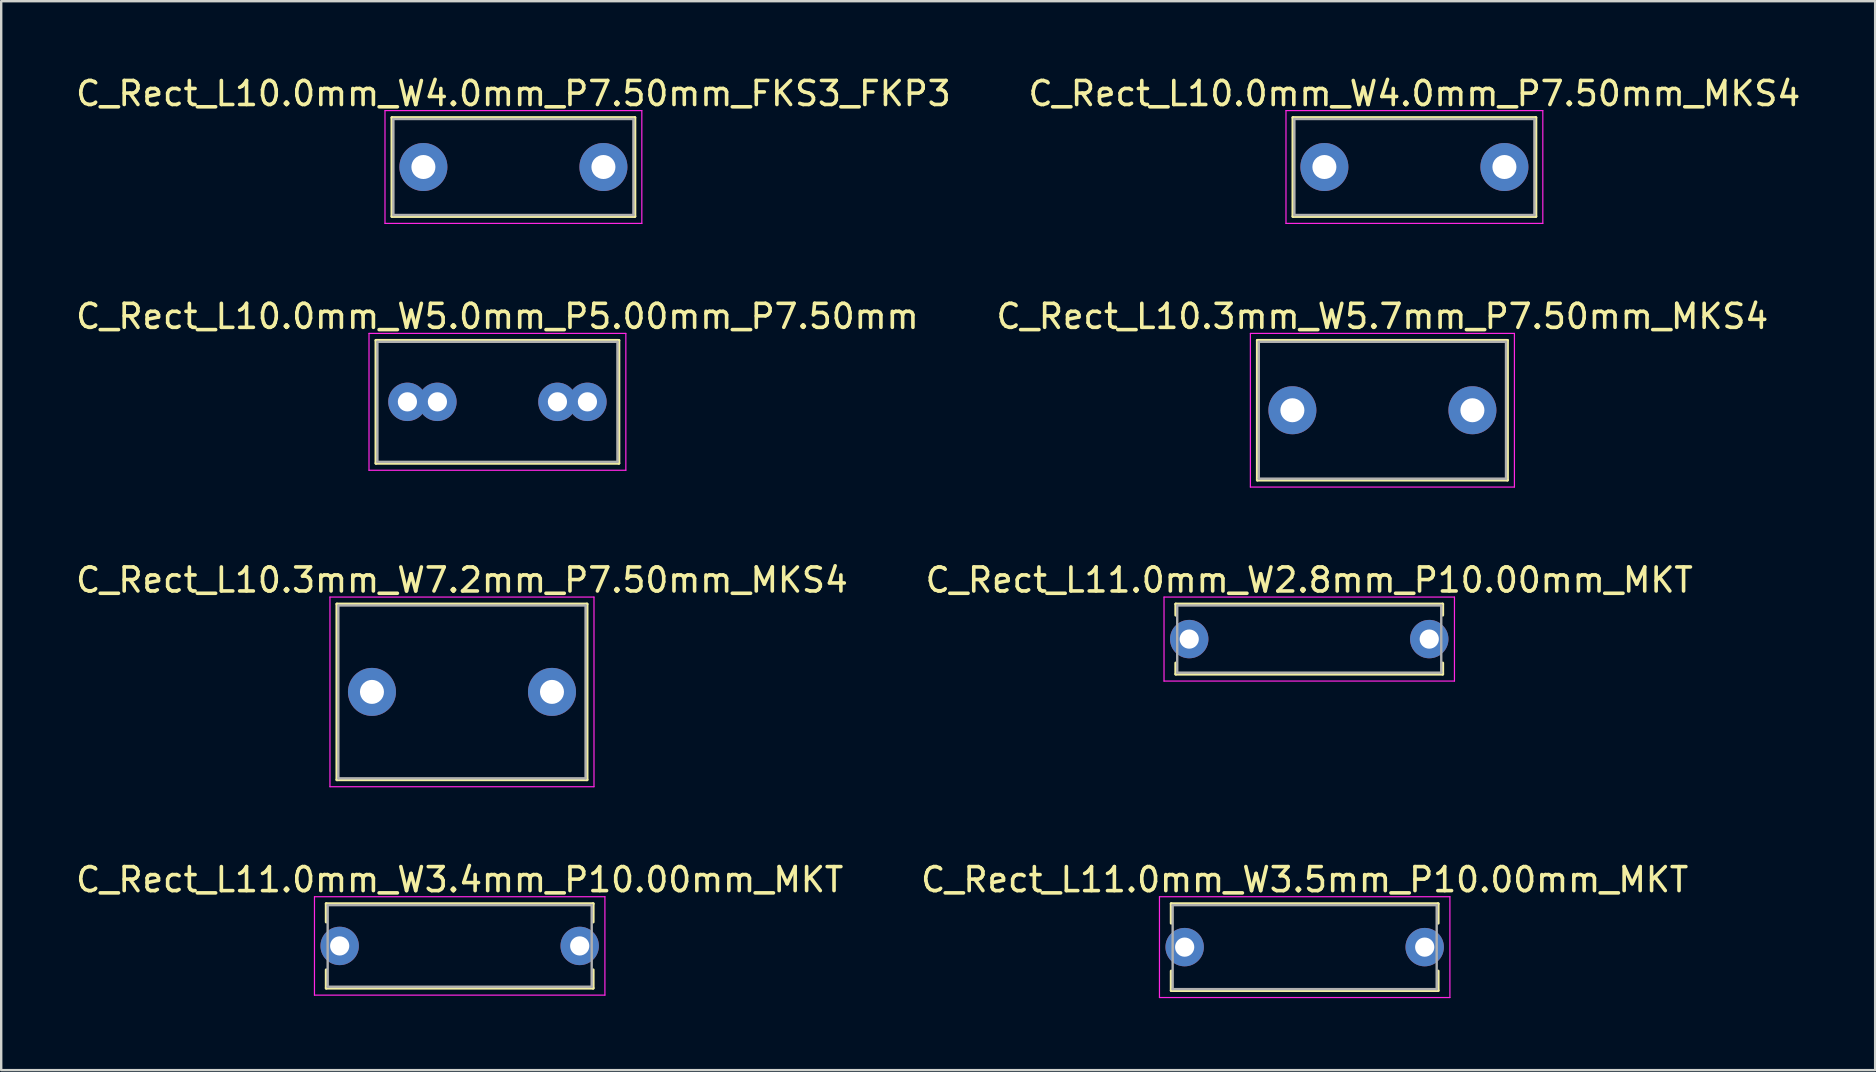
<source format=kicad_pcb>
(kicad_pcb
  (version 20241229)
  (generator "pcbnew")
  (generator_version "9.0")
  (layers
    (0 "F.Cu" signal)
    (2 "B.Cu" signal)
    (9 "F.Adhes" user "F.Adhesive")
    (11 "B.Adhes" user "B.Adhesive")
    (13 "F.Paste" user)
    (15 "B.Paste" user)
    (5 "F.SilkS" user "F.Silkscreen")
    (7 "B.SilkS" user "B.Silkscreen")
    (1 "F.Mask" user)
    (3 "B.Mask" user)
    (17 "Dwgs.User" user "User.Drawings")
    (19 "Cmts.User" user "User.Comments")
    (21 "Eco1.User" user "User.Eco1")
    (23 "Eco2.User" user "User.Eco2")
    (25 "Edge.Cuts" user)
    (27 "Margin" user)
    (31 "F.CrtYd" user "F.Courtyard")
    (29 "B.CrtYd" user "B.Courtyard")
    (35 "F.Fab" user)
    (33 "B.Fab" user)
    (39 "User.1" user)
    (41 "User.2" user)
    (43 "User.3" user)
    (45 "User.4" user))
  (footprint "C_Rect_L11.0mm_W2.8mm_P10.00mm_MKT"
    (layer "F.Cu")
    (at 46.494 23.575)
    (property "Reference" "C_Rect_L11.0mm_W2.8mm_P10.00mm_MKT" (at 5 -2.46 0) (layer "F.SilkS") (effects (font (size 1 1) (thickness 0.15))))
    (attr through_hole)
    (fp_line (start -0.56 -1.46) (end -0.56 -0.996) (stroke (width 0.12) (type solid)) (layer "F.SilkS"))
    (fp_line (start -0.56 -1.46) (end 10.56 -1.46) (stroke (width 0.12) (type solid)) (layer "F.SilkS"))
    (fp_line (start -0.56 0.996) (end -0.56 1.46) (stroke (width 0.12) (type solid)) (layer "F.SilkS"))
    (fp_line (start -0.56 1.46) (end 10.56 1.46) (stroke (width 0.12) (type solid)) (layer "F.SilkS"))
    (fp_line (start 10.56 -1.46) (end 10.56 -0.996) (stroke (width 0.12) (type solid)) (layer "F.SilkS"))
    (fp_line (start 10.56 0.996) (end 10.56 1.46) (stroke (width 0.12) (type solid)) (layer "F.SilkS"))
    (fp_line (start -1.05 -1.75) (end -1.05 1.75) (stroke (width 0.05) (type solid)) (layer "F.CrtYd"))
    (fp_line (start -1.05 1.75) (end 11.05 1.75) (stroke (width 0.05) (type solid)) (layer "F.CrtYd"))
    (fp_line (start 11.05 -1.75) (end -1.05 -1.75) (stroke (width 0.05) (type solid)) (layer "F.CrtYd"))
    (fp_line (start 11.05 1.75) (end 11.05 -1.75) (stroke (width 0.05) (type solid)) (layer "F.CrtYd"))
    (fp_line (start -0.5 -1.4) (end -0.5 1.4) (stroke (width 0.1) (type solid)) (layer "F.Fab"))
    (fp_line (start -0.5 1.4) (end 10.5 1.4) (stroke (width 0.1) (type solid)) (layer "F.Fab"))
    (fp_line (start 10.5 -1.4) (end -0.5 -1.4) (stroke (width 0.1) (type solid)) (layer "F.Fab"))
    (fp_line (start 10.5 1.4) (end 10.5 -1.4) (stroke (width 0.1) (type solid)) (layer "F.Fab"))
    (pad "1" thru_hole circle (at 0 0) (size 1.6 1.6) (drill 0.8) (layers "*.Cu" "*.Mask"))
    (pad "2" thru_hole circle (at 10 0) (size 1.6 1.6) (drill 0.8) (layers "*.Cu" "*.Mask")))
  (footprint "C_Rect_L10.0mm_W4.0mm_P7.50mm_MKS4"
    (layer "F.Cu")
    (at 52.125 3.908)
    (property "Reference" "C_Rect_L10.0mm_W4.0mm_P7.50mm_MKS4" (at 3.75 -3.06 0) (layer "F.SilkS") (effects (font (size 1 1) (thickness 0.15))))
    (attr through_hole)
    (fp_line (start -1.31 -2.06) (end -1.31 2.06) (stroke (width 0.12) (type solid)) (layer "F.SilkS"))
    (fp_line (start -1.31 -2.06) (end 8.81 -2.06) (stroke (width 0.12) (type solid)) (layer "F.SilkS"))
    (fp_line (start -1.31 2.06) (end 8.81 2.06) (stroke (width 0.12) (type solid)) (layer "F.SilkS"))
    (fp_line (start 8.81 -2.06) (end 8.81 2.06) (stroke (width 0.12) (type solid)) (layer "F.SilkS"))
    (fp_line (start -1.6 -2.35) (end -1.6 2.35) (stroke (width 0.05) (type solid)) (layer "F.CrtYd"))
    (fp_line (start -1.6 2.35) (end 9.1 2.35) (stroke (width 0.05) (type solid)) (layer "F.CrtYd"))
    (fp_line (start 9.1 -2.35) (end -1.6 -2.35) (stroke (width 0.05) (type solid)) (layer "F.CrtYd"))
    (fp_line (start 9.1 2.35) (end 9.1 -2.35) (stroke (width 0.05) (type solid)) (layer "F.CrtYd"))
    (fp_line (start -1.25 -2) (end -1.25 2) (stroke (width 0.1) (type solid)) (layer "F.Fab"))
    (fp_line (start -1.25 2) (end 8.75 2) (stroke (width 0.1) (type solid)) (layer "F.Fab"))
    (fp_line (start 8.75 -2) (end -1.25 -2) (stroke (width 0.1) (type solid)) (layer "F.Fab"))
    (fp_line (start 8.75 2) (end 8.75 -2) (stroke (width 0.1) (type solid)) (layer "F.Fab"))
    (pad "1" thru_hole circle (at 0 0) (size 2 2) (drill 1) (layers "*.Cu" "*.Mask"))
    (pad "2" thru_hole circle (at 7.5 0) (size 2 2) (drill 1) (layers "*.Cu" "*.Mask")))
  (footprint "C_Rect_L10.0mm_W5.0mm_P5.00mm_P7.50mm"
    (layer "F.Cu")
    (at 13.923 13.691)
    (property "Reference" "C_Rect_L10.0mm_W5.0mm_P5.00mm_P7.50mm" (at 3.75 -3.56 0) (layer "F.SilkS") (effects (font (size 1 1) (thickness 0.15))))
    (attr through_hole)
    (fp_line (start -1.31 -2.56) (end -1.31 2.56) (stroke (width 0.12) (type solid)) (layer "F.SilkS"))
    (fp_line (start -1.31 -2.56) (end 8.81 -2.56) (stroke (width 0.12) (type solid)) (layer "F.SilkS"))
    (fp_line (start -1.31 2.56) (end 8.81 2.56) (stroke (width 0.12) (type solid)) (layer "F.SilkS"))
    (fp_line (start 8.81 -2.56) (end 8.81 2.56) (stroke (width 0.12) (type solid)) (layer "F.SilkS"))
    (fp_line (start -1.6 -2.85) (end -1.6 2.85) (stroke (width 0.05) (type solid)) (layer "F.CrtYd"))
    (fp_line (start -1.6 2.85) (end 9.1 2.85) (stroke (width 0.05) (type solid)) (layer "F.CrtYd"))
    (fp_line (start 9.1 -2.85) (end -1.6 -2.85) (stroke (width 0.05) (type solid)) (layer "F.CrtYd"))
    (fp_line (start 9.1 2.85) (end 9.1 -2.85) (stroke (width 0.05) (type solid)) (layer "F.CrtYd"))
    (fp_line (start -1.25 -2.5) (end -1.25 2.5) (stroke (width 0.1) (type solid)) (layer "F.Fab"))
    (fp_line (start -1.25 2.5) (end 8.75 2.5) (stroke (width 0.1) (type solid)) (layer "F.Fab"))
    (fp_line (start 8.75 -2.5) (end -1.25 -2.5) (stroke (width 0.1) (type solid)) (layer "F.Fab"))
    (fp_line (start 8.75 2.5) (end 8.75 -2.5) (stroke (width 0.1) (type solid)) (layer "F.Fab"))
    (pad "1" thru_hole circle (at 0 0) (size 1.6 1.6) (drill 0.8) (layers "*.Cu" "*.Mask"))
    (pad "1" thru_hole circle (at 1.25 0) (size 1.6 1.6) (drill 0.8) (layers "*.Cu" "*.Mask"))
    (pad "2" thru_hole circle (at 6.25 0) (size 1.6 1.6) (drill 0.8) (layers "*.Cu" "*.Mask"))
    (pad "2" thru_hole circle (at 7.5 0) (size 1.6 1.6) (drill 0.8) (layers "*.Cu" "*.Mask")))
  (footprint "C_Rect_L10.3mm_W5.7mm_P7.50mm_MKS4"
    (layer "F.Cu")
    (at 50.792 14.041)
    (property "Reference" "C_Rect_L10.3mm_W5.7mm_P7.50mm_MKS4" (at 3.75 -3.91 0) (layer "F.SilkS") (effects (font (size 1 1) (thickness 0.15))))
    (attr through_hole)
    (fp_line (start -1.46 -2.91) (end -1.46 2.91) (stroke (width 0.12) (type solid)) (layer "F.SilkS"))
    (fp_line (start -1.46 -2.91) (end 8.96 -2.91) (stroke (width 0.12) (type solid)) (layer "F.SilkS"))
    (fp_line (start -1.46 2.91) (end 8.96 2.91) (stroke (width 0.12) (type solid)) (layer "F.SilkS"))
    (fp_line (start 8.96 -2.91) (end 8.96 2.91) (stroke (width 0.12) (type solid)) (layer "F.SilkS"))
    (fp_line (start -1.75 -3.2) (end -1.75 3.2) (stroke (width 0.05) (type solid)) (layer "F.CrtYd"))
    (fp_line (start -1.75 3.2) (end 9.25 3.2) (stroke (width 0.05) (type solid)) (layer "F.CrtYd"))
    (fp_line (start 9.25 -3.2) (end -1.75 -3.2) (stroke (width 0.05) (type solid)) (layer "F.CrtYd"))
    (fp_line (start 9.25 3.2) (end 9.25 -3.2) (stroke (width 0.05) (type solid)) (layer "F.CrtYd"))
    (fp_line (start -1.4 -2.85) (end -1.4 2.85) (stroke (width 0.1) (type solid)) (layer "F.Fab"))
    (fp_line (start -1.4 2.85) (end 8.9 2.85) (stroke (width 0.1) (type solid)) (layer "F.Fab"))
    (fp_line (start 8.9 -2.85) (end -1.4 -2.85) (stroke (width 0.1) (type solid)) (layer "F.Fab"))
    (fp_line (start 8.9 2.85) (end 8.9 -2.85) (stroke (width 0.1) (type solid)) (layer "F.Fab"))
    (pad "1" thru_hole circle (at 0 0) (size 2 2) (drill 1) (layers "*.Cu" "*.Mask"))
    (pad "2" thru_hole circle (at 7.5 0) (size 2 2) (drill 1) (layers "*.Cu" "*.Mask")))
  (footprint "C_Rect_L11.0mm_W3.4mm_P10.00mm_MKT"
    (layer "F.Cu")
    (at 11.101 36.358)
    (property "Reference" "C_Rect_L11.0mm_W3.4mm_P10.00mm_MKT" (at 5 -2.76 0) (layer "F.SilkS") (effects (font (size 1 1) (thickness 0.15))))
    (attr through_hole)
    (fp_line (start -0.56 -1.76) (end -0.56 -0.996) (stroke (width 0.12) (type solid)) (layer "F.SilkS"))
    (fp_line (start -0.56 -1.76) (end 10.56 -1.76) (stroke (width 0.12) (type solid)) (layer "F.SilkS"))
    (fp_line (start -0.56 0.996) (end -0.56 1.76) (stroke (width 0.12) (type solid)) (layer "F.SilkS"))
    (fp_line (start -0.56 1.76) (end 10.56 1.76) (stroke (width 0.12) (type solid)) (layer "F.SilkS"))
    (fp_line (start 10.56 -1.76) (end 10.56 -0.996) (stroke (width 0.12) (type solid)) (layer "F.SilkS"))
    (fp_line (start 10.56 0.996) (end 10.56 1.76) (stroke (width 0.12) (type solid)) (layer "F.SilkS"))
    (fp_line (start -1.05 -2.05) (end -1.05 2.05) (stroke (width 0.05) (type solid)) (layer "F.CrtYd"))
    (fp_line (start -1.05 2.05) (end 11.05 2.05) (stroke (width 0.05) (type solid)) (layer "F.CrtYd"))
    (fp_line (start 11.05 -2.05) (end -1.05 -2.05) (stroke (width 0.05) (type solid)) (layer "F.CrtYd"))
    (fp_line (start 11.05 2.05) (end 11.05 -2.05) (stroke (width 0.05) (type solid)) (layer "F.CrtYd"))
    (fp_line (start -0.5 -1.7) (end -0.5 1.7) (stroke (width 0.1) (type solid)) (layer "F.Fab"))
    (fp_line (start -0.5 1.7) (end 10.5 1.7) (stroke (width 0.1) (type solid)) (layer "F.Fab"))
    (fp_line (start 10.5 -1.7) (end -0.5 -1.7) (stroke (width 0.1) (type solid)) (layer "F.Fab"))
    (fp_line (start 10.5 1.7) (end 10.5 -1.7) (stroke (width 0.1) (type solid)) (layer "F.Fab"))
    (pad "1" thru_hole circle (at 0 0) (size 1.6 1.6) (drill 0.8) (layers "*.Cu" "*.Mask"))
    (pad "2" thru_hole circle (at 10 0) (size 1.6 1.6) (drill 0.8) (layers "*.Cu" "*.Mask")))
  (footprint "C_Rect_L11.0mm_W3.5mm_P10.00mm_MKT"
    (layer "F.Cu")
    (at 46.304 36.408)
    (property "Reference" "C_Rect_L11.0mm_W3.5mm_P10.00mm_MKT" (at 5 -2.81 0) (layer "F.SilkS") (effects (font (size 1 1) (thickness 0.15))))
    (attr through_hole)
    (fp_line (start -0.56 -1.81) (end -0.56 -0.996) (stroke (width 0.12) (type solid)) (layer "F.SilkS"))
    (fp_line (start -0.56 -1.81) (end 10.56 -1.81) (stroke (width 0.12) (type solid)) (layer "F.SilkS"))
    (fp_line (start -0.56 0.996) (end -0.56 1.81) (stroke (width 0.12) (type solid)) (layer "F.SilkS"))
    (fp_line (start -0.56 1.81) (end 10.56 1.81) (stroke (width 0.12) (type solid)) (layer "F.SilkS"))
    (fp_line (start 10.56 -1.81) (end 10.56 -0.996) (stroke (width 0.12) (type solid)) (layer "F.SilkS"))
    (fp_line (start 10.56 0.996) (end 10.56 1.81) (stroke (width 0.12) (type solid)) (layer "F.SilkS"))
    (fp_line (start -1.05 -2.1) (end -1.05 2.1) (stroke (width 0.05) (type solid)) (layer "F.CrtYd"))
    (fp_line (start -1.05 2.1) (end 11.05 2.1) (stroke (width 0.05) (type solid)) (layer "F.CrtYd"))
    (fp_line (start 11.05 -2.1) (end -1.05 -2.1) (stroke (width 0.05) (type solid)) (layer "F.CrtYd"))
    (fp_line (start 11.05 2.1) (end 11.05 -2.1) (stroke (width 0.05) (type solid)) (layer "F.CrtYd"))
    (fp_line (start -0.5 -1.75) (end -0.5 1.75) (stroke (width 0.1) (type solid)) (layer "F.Fab"))
    (fp_line (start -0.5 1.75) (end 10.5 1.75) (stroke (width 0.1) (type solid)) (layer "F.Fab"))
    (fp_line (start 10.5 -1.75) (end -0.5 -1.75) (stroke (width 0.1) (type solid)) (layer "F.Fab"))
    (fp_line (start 10.5 1.75) (end 10.5 -1.75) (stroke (width 0.1) (type solid)) (layer "F.Fab"))
    (pad "1" thru_hole circle (at 0 0) (size 1.6 1.6) (drill 0.8) (layers "*.Cu" "*.Mask"))
    (pad "2" thru_hole circle (at 10 0) (size 1.6 1.6) (drill 0.8) (layers "*.Cu" "*.Mask")))
  (footprint "C_Rect_L10.0mm_W4.0mm_P7.50mm_FKS3_FKP3"
    (layer "F.Cu")
    (at 14.589 3.908)
    (property "Reference" "C_Rect_L10.0mm_W4.0mm_P7.50mm_FKS3_FKP3" (at 3.75 -3.06 0) (layer "F.SilkS") (effects (font (size 1 1) (thickness 0.15))))
    (attr through_hole)
    (fp_line (start -1.31 -2.06) (end -1.31 2.06) (stroke (width 0.12) (type solid)) (layer "F.SilkS"))
    (fp_line (start -1.31 -2.06) (end 8.81 -2.06) (stroke (width 0.12) (type solid)) (layer "F.SilkS"))
    (fp_line (start -1.31 2.06) (end 8.81 2.06) (stroke (width 0.12) (type solid)) (layer "F.SilkS"))
    (fp_line (start 8.81 -2.06) (end 8.81 2.06) (stroke (width 0.12) (type solid)) (layer "F.SilkS"))
    (fp_line (start -1.6 -2.35) (end -1.6 2.35) (stroke (width 0.05) (type solid)) (layer "F.CrtYd"))
    (fp_line (start -1.6 2.35) (end 9.1 2.35) (stroke (width 0.05) (type solid)) (layer "F.CrtYd"))
    (fp_line (start 9.1 -2.35) (end -1.6 -2.35) (stroke (width 0.05) (type solid)) (layer "F.CrtYd"))
    (fp_line (start 9.1 2.35) (end 9.1 -2.35) (stroke (width 0.05) (type solid)) (layer "F.CrtYd"))
    (fp_line (start -1.25 -2) (end -1.25 2) (stroke (width 0.1) (type solid)) (layer "F.Fab"))
    (fp_line (start -1.25 2) (end 8.75 2) (stroke (width 0.1) (type solid)) (layer "F.Fab"))
    (fp_line (start 8.75 -2) (end -1.25 -2) (stroke (width 0.1) (type solid)) (layer "F.Fab"))
    (fp_line (start 8.75 2) (end 8.75 -2) (stroke (width 0.1) (type solid)) (layer "F.Fab"))
    (pad "1" thru_hole circle (at 0 0) (size 2 2) (drill 1) (layers "*.Cu" "*.Mask"))
    (pad "2" thru_hole circle (at 7.5 0) (size 2 2) (drill 1) (layers "*.Cu" "*.Mask")))
  (footprint "C_Rect_L10.3mm_W7.2mm_P7.50mm_MKS4"
    (layer "F.Cu")
    (at 12.446 25.775)
    (property "Reference" "C_Rect_L10.3mm_W7.2mm_P7.50mm_MKS4" (at 3.75 -4.66 0) (layer "F.SilkS") (effects (font (size 1 1) (thickness 0.15))))
    (attr through_hole)
    (fp_line (start -1.46 -3.66) (end -1.46 3.66) (stroke (width 0.12) (type solid)) (layer "F.SilkS"))
    (fp_line (start -1.46 -3.66) (end 8.96 -3.66) (stroke (width 0.12) (type solid)) (layer "F.SilkS"))
    (fp_line (start -1.46 3.66) (end 8.96 3.66) (stroke (width 0.12) (type solid)) (layer "F.SilkS"))
    (fp_line (start 8.96 -3.66) (end 8.96 3.66) (stroke (width 0.12) (type solid)) (layer "F.SilkS"))
    (fp_line (start -1.75 -3.95) (end -1.75 3.95) (stroke (width 0.05) (type solid)) (layer "F.CrtYd"))
    (fp_line (start -1.75 3.95) (end 9.25 3.95) (stroke (width 0.05) (type solid)) (layer "F.CrtYd"))
    (fp_line (start 9.25 -3.95) (end -1.75 -3.95) (stroke (width 0.05) (type solid)) (layer "F.CrtYd"))
    (fp_line (start 9.25 3.95) (end 9.25 -3.95) (stroke (width 0.05) (type solid)) (layer "F.CrtYd"))
    (fp_line (start -1.4 -3.6) (end -1.4 3.6) (stroke (width 0.1) (type solid)) (layer "F.Fab"))
    (fp_line (start -1.4 3.6) (end 8.9 3.6) (stroke (width 0.1) (type solid)) (layer "F.Fab"))
    (fp_line (start 8.9 -3.6) (end -1.4 -3.6) (stroke (width 0.1) (type solid)) (layer "F.Fab"))
    (fp_line (start 8.9 3.6) (end 8.9 -3.6) (stroke (width 0.1) (type solid)) (layer "F.Fab"))
    (pad "1" thru_hole circle (at 0 0) (size 2 2) (drill 1) (layers "*.Cu" "*.Mask"))
    (pad "2" thru_hole circle (at 7.5 0) (size 2 2) (drill 1) (layers "*.Cu" "*.Mask")))
  (gr_rect
    (start -3 -3)
    (end 75.071 41.533)
    (stroke (width 0.1) (type default))
    (fill no)
    (layer "Edge.Cuts")))
</source>
